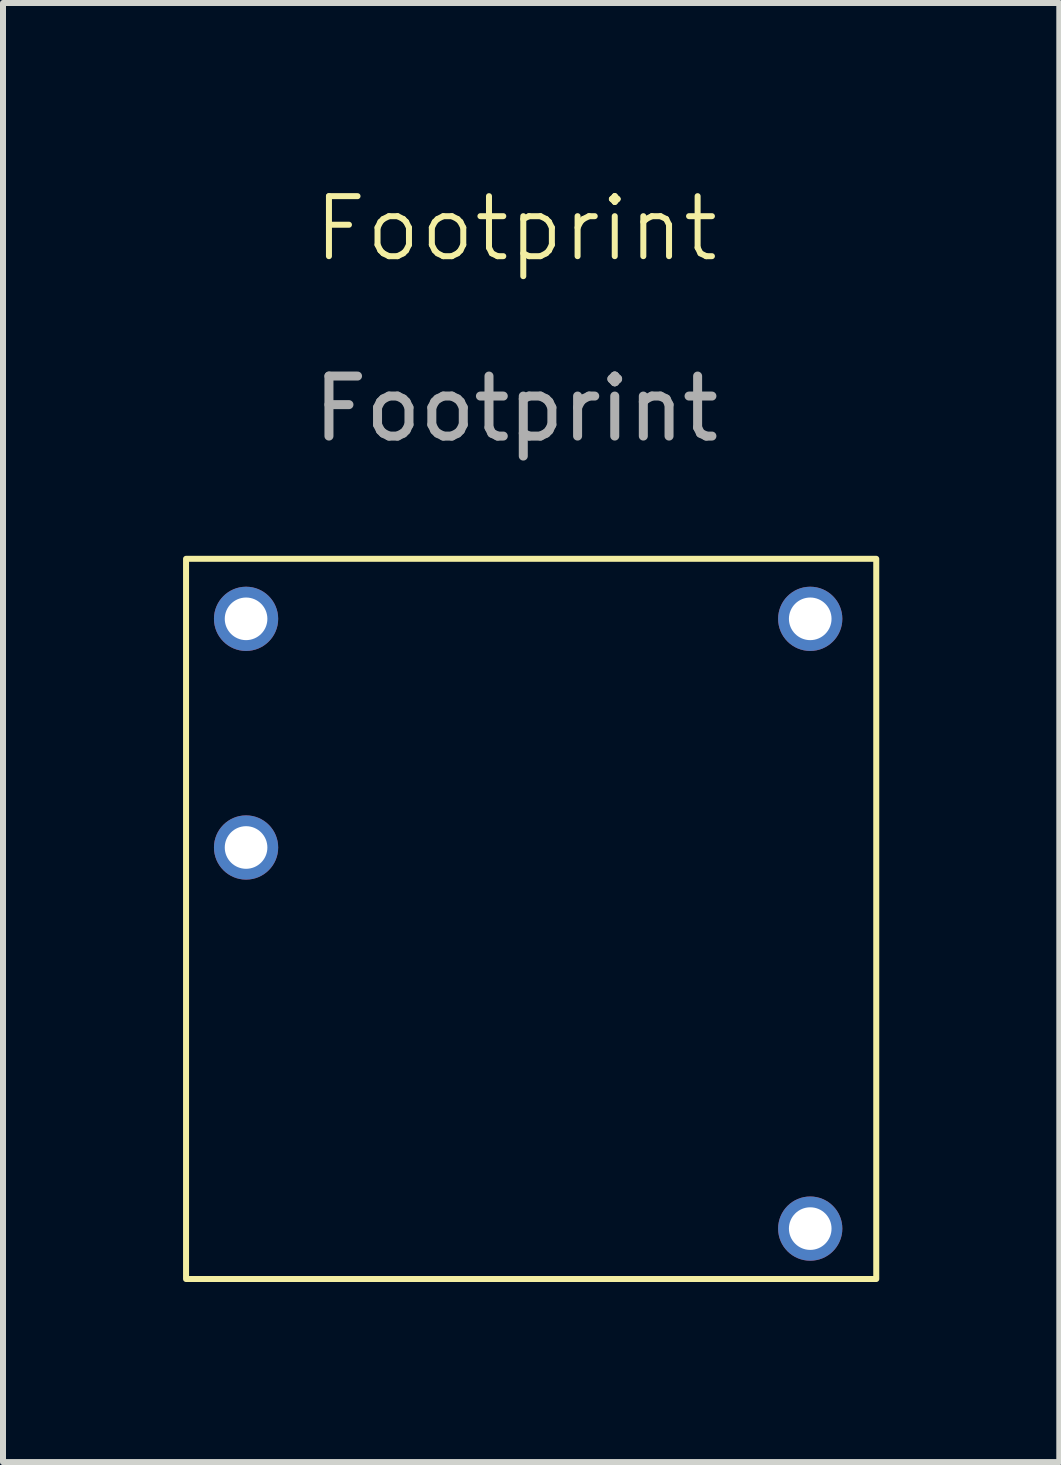
<source format=kicad_pcb>
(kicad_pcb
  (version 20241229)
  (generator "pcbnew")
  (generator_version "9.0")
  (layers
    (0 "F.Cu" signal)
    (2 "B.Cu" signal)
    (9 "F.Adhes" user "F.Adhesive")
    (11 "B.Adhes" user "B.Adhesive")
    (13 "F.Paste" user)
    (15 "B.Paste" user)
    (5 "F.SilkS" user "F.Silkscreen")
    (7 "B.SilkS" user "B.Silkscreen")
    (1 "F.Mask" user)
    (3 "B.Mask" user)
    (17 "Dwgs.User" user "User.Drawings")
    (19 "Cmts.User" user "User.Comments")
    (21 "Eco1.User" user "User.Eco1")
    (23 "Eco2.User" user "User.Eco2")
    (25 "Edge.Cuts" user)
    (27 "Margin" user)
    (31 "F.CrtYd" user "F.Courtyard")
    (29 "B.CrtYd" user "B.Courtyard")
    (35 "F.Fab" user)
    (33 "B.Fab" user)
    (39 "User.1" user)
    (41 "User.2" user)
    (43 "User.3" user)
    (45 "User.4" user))
  (footprint "Footprint"
    (layer "F.Cu")
    (at 1.05 7.261)
    (property "Reference" "Footprint" (at 4.5 -6.5 0) (unlocked yes) (layer "F.SilkS") (effects (font (size 1 1) (thickness 0.1))))
    (attr smd)
    (fp_rect (start -1 -1) (end 10.5 11) (stroke (width 0.1) (type default)) (fill no) (layer "F.SilkS"))
    (fp_text user "${REFERENCE}" (at 4.5 -3.5 0) (unlocked yes) (layer "F.Fab") (effects (font (size 1 1) (thickness 0.15))))
    (pad "1" thru_hole circle (at 0 0) (size 1.07 1.07) (drill 0.71) (layers "*.Cu" "*.Mask"))
    (pad "2" thru_hole circle (at 0 3.81) (size 1.07 1.07) (drill 0.71) (layers "*.Cu" "*.Mask"))
    (pad "3" thru_hole circle (at 9.4 0) (size 1.07 1.07) (drill 0.71) (layers "*.Cu" "*.Mask"))
    (pad "4" thru_hole circle (at 9.4 10.16) (size 1.07 1.07) (drill 0.71) (layers "*.Cu" "*.Mask")))
  (gr_rect
    (start -3 -3)
    (end 14.6 21.311)
    (stroke (width 0.1) (type default))
    (fill no)
    (layer "Edge.Cuts")))
</source>
